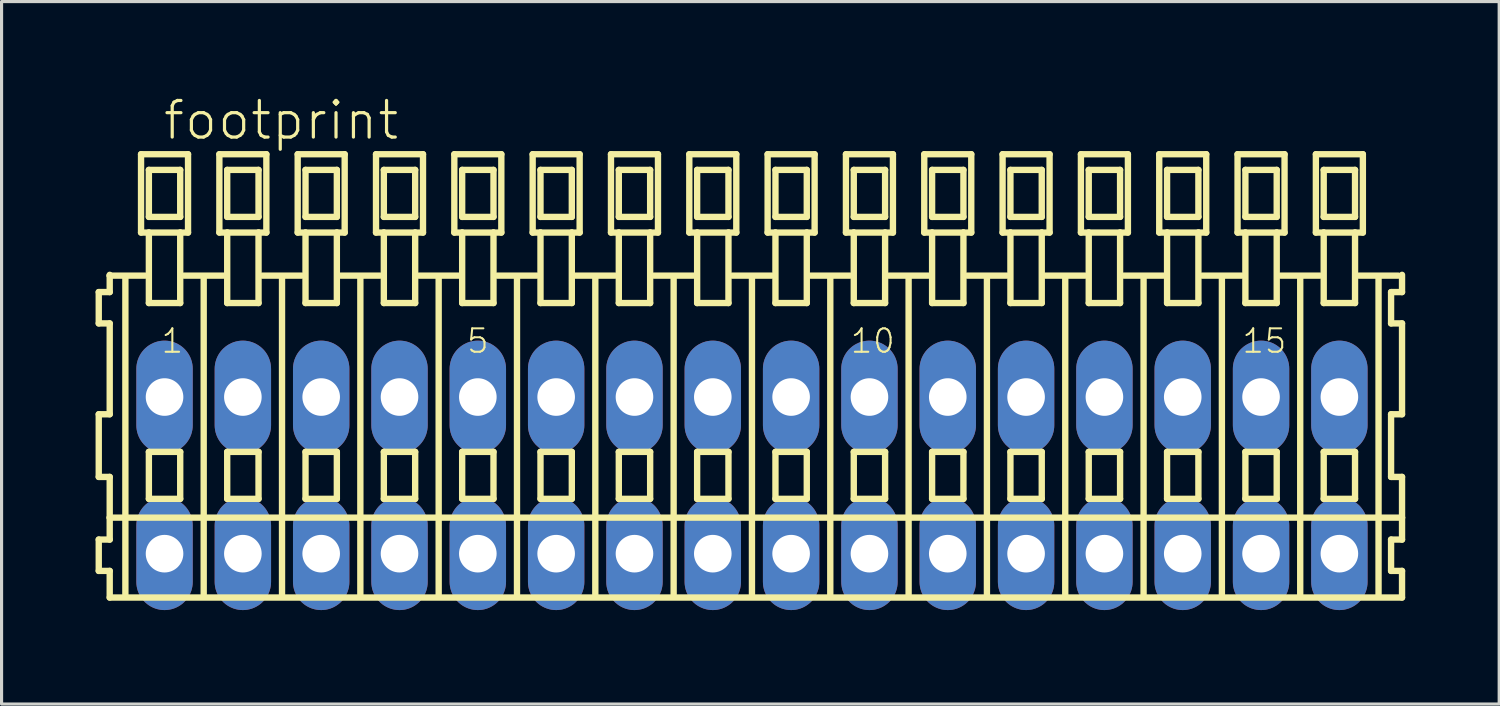
<source format=kicad_pcb>
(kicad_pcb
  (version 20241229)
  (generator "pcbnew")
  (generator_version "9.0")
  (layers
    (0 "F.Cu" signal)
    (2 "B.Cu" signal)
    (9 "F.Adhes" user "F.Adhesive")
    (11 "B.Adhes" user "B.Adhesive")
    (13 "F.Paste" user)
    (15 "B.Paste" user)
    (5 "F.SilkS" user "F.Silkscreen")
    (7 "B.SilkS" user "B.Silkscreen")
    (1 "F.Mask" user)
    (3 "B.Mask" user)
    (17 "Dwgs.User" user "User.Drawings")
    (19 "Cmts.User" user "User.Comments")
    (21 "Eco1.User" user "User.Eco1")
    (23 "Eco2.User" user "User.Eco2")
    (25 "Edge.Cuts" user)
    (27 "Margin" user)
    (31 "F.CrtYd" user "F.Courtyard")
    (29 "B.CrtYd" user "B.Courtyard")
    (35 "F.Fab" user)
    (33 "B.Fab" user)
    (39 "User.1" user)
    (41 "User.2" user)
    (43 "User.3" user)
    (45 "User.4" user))
  (footprint "footprint"
    (layer "F.Cu")
    (at 20.952 12.123)
    (property "Reference" "footprint" (at -18.85 -10.65 0) (layer "F.SilkS") (effects (font (size 1.168 1.168) (thickness 0.102)) (justify left bottom)))
    (fp_line (start -20.85 -5.85) (end -20.85 -4.85) (stroke (width 0.203) (type solid)) (layer "F.SilkS"))
    (fp_line (start -20.85 -4.85) (end -20.5 -4.85) (stroke (width 0.203) (type solid)) (layer "F.SilkS"))
    (fp_line (start -20.85 -1.95) (end -20.85 0.05) (stroke (width 0.203) (type solid)) (layer "F.SilkS"))
    (fp_line (start -20.85 0.05) (end -20.5 0.05) (stroke (width 0.203) (type solid)) (layer "F.SilkS"))
    (fp_line (start -20.85 2.05) (end -20.85 3.05) (stroke (width 0.203) (type solid)) (layer "F.SilkS"))
    (fp_line (start -20.85 3.05) (end -20.5 3.05) (stroke (width 0.203) (type solid)) (layer "F.SilkS"))
    (fp_line (start -20.5 -6.4) (end -20.5 -6.375) (stroke (width 0.203) (type solid)) (layer "F.SilkS"))
    (fp_line (start -20.5 -6.375) (end -20.5 -5.85) (stroke (width 0.203) (type solid)) (layer "F.SilkS"))
    (fp_line (start -20.5 -6.375) (end -19.375 -6.375) (stroke (width 0.203) (type solid)) (layer "F.SilkS"))
    (fp_line (start -20.5 -5.85) (end -20.85 -5.85) (stroke (width 0.203) (type solid)) (layer "F.SilkS"))
    (fp_line (start -20.5 -4.85) (end -20.5 -1.95) (stroke (width 0.203) (type solid)) (layer "F.SilkS"))
    (fp_line (start -20.5 -1.95) (end -20.85 -1.95) (stroke (width 0.203) (type solid)) (layer "F.SilkS"))
    (fp_line (start -20.5 0.05) (end -20.5 1.35) (stroke (width 0.203) (type solid)) (layer "F.SilkS"))
    (fp_line (start -20.5 1.35) (end -20.5 2.05) (stroke (width 0.203) (type solid)) (layer "F.SilkS"))
    (fp_line (start -20.5 1.35) (end 20.75 1.35) (stroke (width 0.203) (type solid)) (layer "F.SilkS"))
    (fp_line (start -20.5 2.05) (end -20.85 2.05) (stroke (width 0.203) (type solid)) (layer "F.SilkS"))
    (fp_line (start -20.5 3.05) (end -20.5 3.9) (stroke (width 0.203) (type solid)) (layer "F.SilkS"))
    (fp_line (start -20.5 3.9) (end 20.75 3.9) (stroke (width 0.203) (type solid)) (layer "F.SilkS"))
    (fp_line (start -20 -6.35) (end -20 3.8) (stroke (width 0.203) (type solid)) (layer "F.SilkS"))
    (fp_line (start -19.5 -10.25) (end -19.5 -7.75) (stroke (width 0.203) (type solid)) (layer "F.SilkS"))
    (fp_line (start -19.5 -7.75) (end -19.25 -7.75) (stroke (width 0.203) (type solid)) (layer "F.SilkS"))
    (fp_line (start -19.25 -9.75) (end -19.25 -8.25) (stroke (width 0.203) (type solid)) (layer "F.SilkS"))
    (fp_line (start -19.25 -8.25) (end -18.25 -8.25) (stroke (width 0.203) (type solid)) (layer "F.SilkS"))
    (fp_line (start -19.25 -7.75) (end -19.25 -5.5) (stroke (width 0.203) (type solid)) (layer "F.SilkS"))
    (fp_line (start -19.25 -7.75) (end -18.25 -7.75) (stroke (width 0.203) (type solid)) (layer "F.SilkS"))
    (fp_line (start -19.25 -5.5) (end -18.25 -5.5) (stroke (width 0.203) (type solid)) (layer "F.SilkS"))
    (fp_line (start -19.25 -0.75) (end -19.25 0.75) (stroke (width 0.203) (type solid)) (layer "F.SilkS"))
    (fp_line (start -19.25 0.75) (end -18.25 0.75) (stroke (width 0.203) (type solid)) (layer "F.SilkS"))
    (fp_line (start -18.25 -9.75) (end -19.25 -9.75) (stroke (width 0.203) (type solid)) (layer "F.SilkS"))
    (fp_line (start -18.25 -8.25) (end -18.25 -9.75) (stroke (width 0.203) (type solid)) (layer "F.SilkS"))
    (fp_line (start -18.25 -7.75) (end -18 -7.75) (stroke (width 0.203) (type solid)) (layer "F.SilkS"))
    (fp_line (start -18.25 -5.5) (end -18.25 -7.75) (stroke (width 0.203) (type solid)) (layer "F.SilkS"))
    (fp_line (start -18.25 -0.75) (end -19.25 -0.75) (stroke (width 0.203) (type solid)) (layer "F.SilkS"))
    (fp_line (start -18.25 0.75) (end -18.25 -0.75) (stroke (width 0.203) (type solid)) (layer "F.SilkS"))
    (fp_line (start -18.125 -6.375) (end -16.875 -6.375) (stroke (width 0.203) (type solid)) (layer "F.SilkS"))
    (fp_line (start -18 -10.25) (end -19.5 -10.25) (stroke (width 0.203) (type solid)) (layer "F.SilkS"))
    (fp_line (start -18 -7.75) (end -18 -10.25) (stroke (width 0.203) (type solid)) (layer "F.SilkS"))
    (fp_line (start -17.5 -6.35) (end -17.5 3.8) (stroke (width 0.203) (type solid)) (layer "F.SilkS"))
    (fp_line (start -17 -10.25) (end -17 -7.75) (stroke (width 0.203) (type solid)) (layer "F.SilkS"))
    (fp_line (start -17 -7.75) (end -16.75 -7.75) (stroke (width 0.203) (type solid)) (layer "F.SilkS"))
    (fp_line (start -16.75 -9.75) (end -16.75 -8.25) (stroke (width 0.203) (type solid)) (layer "F.SilkS"))
    (fp_line (start -16.75 -8.25) (end -15.75 -8.25) (stroke (width 0.203) (type solid)) (layer "F.SilkS"))
    (fp_line (start -16.75 -7.75) (end -16.75 -5.5) (stroke (width 0.203) (type solid)) (layer "F.SilkS"))
    (fp_line (start -16.75 -7.75) (end -15.75 -7.75) (stroke (width 0.203) (type solid)) (layer "F.SilkS"))
    (fp_line (start -16.75 -5.5) (end -15.75 -5.5) (stroke (width 0.203) (type solid)) (layer "F.SilkS"))
    (fp_line (start -16.75 -0.75) (end -16.75 0.75) (stroke (width 0.203) (type solid)) (layer "F.SilkS"))
    (fp_line (start -16.75 0.75) (end -15.75 0.75) (stroke (width 0.203) (type solid)) (layer "F.SilkS"))
    (fp_line (start -15.75 -9.75) (end -16.75 -9.75) (stroke (width 0.203) (type solid)) (layer "F.SilkS"))
    (fp_line (start -15.75 -8.25) (end -15.75 -9.75) (stroke (width 0.203) (type solid)) (layer "F.SilkS"))
    (fp_line (start -15.75 -7.75) (end -15.5 -7.75) (stroke (width 0.203) (type solid)) (layer "F.SilkS"))
    (fp_line (start -15.75 -5.5) (end -15.75 -7.75) (stroke (width 0.203) (type solid)) (layer "F.SilkS"))
    (fp_line (start -15.75 -0.75) (end -16.75 -0.75) (stroke (width 0.203) (type solid)) (layer "F.SilkS"))
    (fp_line (start -15.75 0.75) (end -15.75 -0.75) (stroke (width 0.203) (type solid)) (layer "F.SilkS"))
    (fp_line (start -15.625 -6.375) (end -14.375 -6.375) (stroke (width 0.203) (type solid)) (layer "F.SilkS"))
    (fp_line (start -15.5 -10.25) (end -17 -10.25) (stroke (width 0.203) (type solid)) (layer "F.SilkS"))
    (fp_line (start -15.5 -7.75) (end -15.5 -10.25) (stroke (width 0.203) (type solid)) (layer "F.SilkS"))
    (fp_line (start -15 -6.35) (end -15 3.8) (stroke (width 0.203) (type solid)) (layer "F.SilkS"))
    (fp_line (start -14.5 -10.25) (end -14.5 -7.75) (stroke (width 0.203) (type solid)) (layer "F.SilkS"))
    (fp_line (start -14.5 -7.75) (end -14.25 -7.75) (stroke (width 0.203) (type solid)) (layer "F.SilkS"))
    (fp_line (start -14.25 -9.75) (end -14.25 -8.25) (stroke (width 0.203) (type solid)) (layer "F.SilkS"))
    (fp_line (start -14.25 -8.25) (end -13.25 -8.25) (stroke (width 0.203) (type solid)) (layer "F.SilkS"))
    (fp_line (start -14.25 -7.75) (end -14.25 -5.5) (stroke (width 0.203) (type solid)) (layer "F.SilkS"))
    (fp_line (start -14.25 -7.75) (end -13.25 -7.75) (stroke (width 0.203) (type solid)) (layer "F.SilkS"))
    (fp_line (start -14.25 -5.5) (end -13.25 -5.5) (stroke (width 0.203) (type solid)) (layer "F.SilkS"))
    (fp_line (start -14.25 -0.75) (end -14.25 0.75) (stroke (width 0.203) (type solid)) (layer "F.SilkS"))
    (fp_line (start -14.25 0.75) (end -13.25 0.75) (stroke (width 0.203) (type solid)) (layer "F.SilkS"))
    (fp_line (start -13.25 -9.75) (end -14.25 -9.75) (stroke (width 0.203) (type solid)) (layer "F.SilkS"))
    (fp_line (start -13.25 -8.25) (end -13.25 -9.75) (stroke (width 0.203) (type solid)) (layer "F.SilkS"))
    (fp_line (start -13.25 -7.75) (end -13 -7.75) (stroke (width 0.203) (type solid)) (layer "F.SilkS"))
    (fp_line (start -13.25 -5.5) (end -13.25 -7.75) (stroke (width 0.203) (type solid)) (layer "F.SilkS"))
    (fp_line (start -13.25 -0.75) (end -14.25 -0.75) (stroke (width 0.203) (type solid)) (layer "F.SilkS"))
    (fp_line (start -13.25 0.75) (end -13.25 -0.75) (stroke (width 0.203) (type solid)) (layer "F.SilkS"))
    (fp_line (start -13.125 -6.375) (end -11.875 -6.375) (stroke (width 0.203) (type solid)) (layer "F.SilkS"))
    (fp_line (start -13 -10.25) (end -14.5 -10.25) (stroke (width 0.203) (type solid)) (layer "F.SilkS"))
    (fp_line (start -13 -7.75) (end -13 -10.25) (stroke (width 0.203) (type solid)) (layer "F.SilkS"))
    (fp_line (start -12.5 -6.35) (end -12.5 3.8) (stroke (width 0.203) (type solid)) (layer "F.SilkS"))
    (fp_line (start -12 -10.25) (end -12 -7.75) (stroke (width 0.203) (type solid)) (layer "F.SilkS"))
    (fp_line (start -12 -7.75) (end -11.75 -7.75) (stroke (width 0.203) (type solid)) (layer "F.SilkS"))
    (fp_line (start -11.75 -9.75) (end -11.75 -8.25) (stroke (width 0.203) (type solid)) (layer "F.SilkS"))
    (fp_line (start -11.75 -8.25) (end -10.75 -8.25) (stroke (width 0.203) (type solid)) (layer "F.SilkS"))
    (fp_line (start -11.75 -7.75) (end -11.75 -5.5) (stroke (width 0.203) (type solid)) (layer "F.SilkS"))
    (fp_line (start -11.75 -7.75) (end -10.75 -7.75) (stroke (width 0.203) (type solid)) (layer "F.SilkS"))
    (fp_line (start -11.75 -5.5) (end -10.75 -5.5) (stroke (width 0.203) (type solid)) (layer "F.SilkS"))
    (fp_line (start -11.75 -0.75) (end -11.75 0.75) (stroke (width 0.203) (type solid)) (layer "F.SilkS"))
    (fp_line (start -11.75 0.75) (end -10.75 0.75) (stroke (width 0.203) (type solid)) (layer "F.SilkS"))
    (fp_line (start -10.75 -9.75) (end -11.75 -9.75) (stroke (width 0.203) (type solid)) (layer "F.SilkS"))
    (fp_line (start -10.75 -8.25) (end -10.75 -9.75) (stroke (width 0.203) (type solid)) (layer "F.SilkS"))
    (fp_line (start -10.75 -7.75) (end -10.5 -7.75) (stroke (width 0.203) (type solid)) (layer "F.SilkS"))
    (fp_line (start -10.75 -5.5) (end -10.75 -7.75) (stroke (width 0.203) (type solid)) (layer "F.SilkS"))
    (fp_line (start -10.75 -0.75) (end -11.75 -0.75) (stroke (width 0.203) (type solid)) (layer "F.SilkS"))
    (fp_line (start -10.75 0.75) (end -10.75 -0.75) (stroke (width 0.203) (type solid)) (layer "F.SilkS"))
    (fp_line (start -10.625 -6.375) (end -9.375 -6.375) (stroke (width 0.203) (type solid)) (layer "F.SilkS"))
    (fp_line (start -10.5 -10.25) (end -12 -10.25) (stroke (width 0.203) (type solid)) (layer "F.SilkS"))
    (fp_line (start -10.5 -7.75) (end -10.5 -10.25) (stroke (width 0.203) (type solid)) (layer "F.SilkS"))
    (fp_line (start -10 -6.35) (end -10 3.8) (stroke (width 0.203) (type solid)) (layer "F.SilkS"))
    (fp_line (start -9.5 -10.25) (end -9.5 -7.75) (stroke (width 0.203) (type solid)) (layer "F.SilkS"))
    (fp_line (start -9.5 -7.75) (end -9.25 -7.75) (stroke (width 0.203) (type solid)) (layer "F.SilkS"))
    (fp_line (start -9.25 -9.75) (end -9.25 -8.25) (stroke (width 0.203) (type solid)) (layer "F.SilkS"))
    (fp_line (start -9.25 -8.25) (end -8.25 -8.25) (stroke (width 0.203) (type solid)) (layer "F.SilkS"))
    (fp_line (start -9.25 -7.75) (end -9.25 -5.5) (stroke (width 0.203) (type solid)) (layer "F.SilkS"))
    (fp_line (start -9.25 -7.75) (end -8.25 -7.75) (stroke (width 0.203) (type solid)) (layer "F.SilkS"))
    (fp_line (start -9.25 -5.5) (end -8.25 -5.5) (stroke (width 0.203) (type solid)) (layer "F.SilkS"))
    (fp_line (start -9.25 -0.75) (end -9.25 0.75) (stroke (width 0.203) (type solid)) (layer "F.SilkS"))
    (fp_line (start -9.25 0.75) (end -8.25 0.75) (stroke (width 0.203) (type solid)) (layer "F.SilkS"))
    (fp_line (start -8.25 -9.75) (end -9.25 -9.75) (stroke (width 0.203) (type solid)) (layer "F.SilkS"))
    (fp_line (start -8.25 -8.25) (end -8.25 -9.75) (stroke (width 0.203) (type solid)) (layer "F.SilkS"))
    (fp_line (start -8.25 -7.75) (end -8 -7.75) (stroke (width 0.203) (type solid)) (layer "F.SilkS"))
    (fp_line (start -8.25 -5.5) (end -8.25 -7.75) (stroke (width 0.203) (type solid)) (layer "F.SilkS"))
    (fp_line (start -8.25 -0.75) (end -9.25 -0.75) (stroke (width 0.203) (type solid)) (layer "F.SilkS"))
    (fp_line (start -8.25 0.75) (end -8.25 -0.75) (stroke (width 0.203) (type solid)) (layer "F.SilkS"))
    (fp_line (start -8.125 -6.375) (end -6.875 -6.375) (stroke (width 0.203) (type solid)) (layer "F.SilkS"))
    (fp_line (start -8 -10.25) (end -9.5 -10.25) (stroke (width 0.203) (type solid)) (layer "F.SilkS"))
    (fp_line (start -8 -7.75) (end -8 -10.25) (stroke (width 0.203) (type solid)) (layer "F.SilkS"))
    (fp_line (start -7.5 -6.35) (end -7.5 3.8) (stroke (width 0.203) (type solid)) (layer "F.SilkS"))
    (fp_line (start -7 -10.25) (end -7 -7.75) (stroke (width 0.203) (type solid)) (layer "F.SilkS"))
    (fp_line (start -7 -7.75) (end -6.75 -7.75) (stroke (width 0.203) (type solid)) (layer "F.SilkS"))
    (fp_line (start -6.75 -9.75) (end -6.75 -8.25) (stroke (width 0.203) (type solid)) (layer "F.SilkS"))
    (fp_line (start -6.75 -8.25) (end -5.75 -8.25) (stroke (width 0.203) (type solid)) (layer "F.SilkS"))
    (fp_line (start -6.75 -7.75) (end -6.75 -5.5) (stroke (width 0.203) (type solid)) (layer "F.SilkS"))
    (fp_line (start -6.75 -7.75) (end -5.75 -7.75) (stroke (width 0.203) (type solid)) (layer "F.SilkS"))
    (fp_line (start -6.75 -5.5) (end -5.75 -5.5) (stroke (width 0.203) (type solid)) (layer "F.SilkS"))
    (fp_line (start -6.75 -0.75) (end -6.75 0.75) (stroke (width 0.203) (type solid)) (layer "F.SilkS"))
    (fp_line (start -6.75 0.75) (end -5.75 0.75) (stroke (width 0.203) (type solid)) (layer "F.SilkS"))
    (fp_line (start -5.75 -9.75) (end -6.75 -9.75) (stroke (width 0.203) (type solid)) (layer "F.SilkS"))
    (fp_line (start -5.75 -8.25) (end -5.75 -9.75) (stroke (width 0.203) (type solid)) (layer "F.SilkS"))
    (fp_line (start -5.75 -7.75) (end -5.5 -7.75) (stroke (width 0.203) (type solid)) (layer "F.SilkS"))
    (fp_line (start -5.75 -5.5) (end -5.75 -7.75) (stroke (width 0.203) (type solid)) (layer "F.SilkS"))
    (fp_line (start -5.75 -0.75) (end -6.75 -0.75) (stroke (width 0.203) (type solid)) (layer "F.SilkS"))
    (fp_line (start -5.75 0.75) (end -5.75 -0.75) (stroke (width 0.203) (type solid)) (layer "F.SilkS"))
    (fp_line (start -5.625 -6.375) (end -4.375 -6.375) (stroke (width 0.203) (type solid)) (layer "F.SilkS"))
    (fp_line (start -5.5 -10.25) (end -7 -10.25) (stroke (width 0.203) (type solid)) (layer "F.SilkS"))
    (fp_line (start -5.5 -7.75) (end -5.5 -10.25) (stroke (width 0.203) (type solid)) (layer "F.SilkS"))
    (fp_line (start -5 -6.35) (end -5 3.8) (stroke (width 0.203) (type solid)) (layer "F.SilkS"))
    (fp_line (start -4.5 -10.25) (end -4.5 -7.75) (stroke (width 0.203) (type solid)) (layer "F.SilkS"))
    (fp_line (start -4.5 -7.75) (end -4.25 -7.75) (stroke (width 0.203) (type solid)) (layer "F.SilkS"))
    (fp_line (start -4.25 -9.75) (end -4.25 -8.25) (stroke (width 0.203) (type solid)) (layer "F.SilkS"))
    (fp_line (start -4.25 -8.25) (end -3.25 -8.25) (stroke (width 0.203) (type solid)) (layer "F.SilkS"))
    (fp_line (start -4.25 -7.75) (end -4.25 -5.5) (stroke (width 0.203) (type solid)) (layer "F.SilkS"))
    (fp_line (start -4.25 -7.75) (end -3.25 -7.75) (stroke (width 0.203) (type solid)) (layer "F.SilkS"))
    (fp_line (start -4.25 -5.5) (end -3.25 -5.5) (stroke (width 0.203) (type solid)) (layer "F.SilkS"))
    (fp_line (start -4.25 -0.75) (end -4.25 0.75) (stroke (width 0.203) (type solid)) (layer "F.SilkS"))
    (fp_line (start -4.25 0.75) (end -3.25 0.75) (stroke (width 0.203) (type solid)) (layer "F.SilkS"))
    (fp_line (start -3.25 -9.75) (end -4.25 -9.75) (stroke (width 0.203) (type solid)) (layer "F.SilkS"))
    (fp_line (start -3.25 -8.25) (end -3.25 -9.75) (stroke (width 0.203) (type solid)) (layer "F.SilkS"))
    (fp_line (start -3.25 -7.75) (end -3 -7.75) (stroke (width 0.203) (type solid)) (layer "F.SilkS"))
    (fp_line (start -3.25 -5.5) (end -3.25 -7.75) (stroke (width 0.203) (type solid)) (layer "F.SilkS"))
    (fp_line (start -3.25 -0.75) (end -4.25 -0.75) (stroke (width 0.203) (type solid)) (layer "F.SilkS"))
    (fp_line (start -3.25 0.75) (end -3.25 -0.75) (stroke (width 0.203) (type solid)) (layer "F.SilkS"))
    (fp_line (start -3.125 -6.375) (end -1.875 -6.375) (stroke (width 0.203) (type solid)) (layer "F.SilkS"))
    (fp_line (start -3 -10.25) (end -4.5 -10.25) (stroke (width 0.203) (type solid)) (layer "F.SilkS"))
    (fp_line (start -3 -7.75) (end -3 -10.25) (stroke (width 0.203) (type solid)) (layer "F.SilkS"))
    (fp_line (start -2.5 -6.35) (end -2.5 3.8) (stroke (width 0.203) (type solid)) (layer "F.SilkS"))
    (fp_line (start -2 -10.25) (end -2 -7.75) (stroke (width 0.203) (type solid)) (layer "F.SilkS"))
    (fp_line (start -2 -7.75) (end -1.75 -7.75) (stroke (width 0.203) (type solid)) (layer "F.SilkS"))
    (fp_line (start -1.75 -9.75) (end -1.75 -8.25) (stroke (width 0.203) (type solid)) (layer "F.SilkS"))
    (fp_line (start -1.75 -8.25) (end -0.75 -8.25) (stroke (width 0.203) (type solid)) (layer "F.SilkS"))
    (fp_line (start -1.75 -7.75) (end -1.75 -5.5) (stroke (width 0.203) (type solid)) (layer "F.SilkS"))
    (fp_line (start -1.75 -7.75) (end -0.75 -7.75) (stroke (width 0.203) (type solid)) (layer "F.SilkS"))
    (fp_line (start -1.75 -5.5) (end -0.75 -5.5) (stroke (width 0.203) (type solid)) (layer "F.SilkS"))
    (fp_line (start -1.75 -0.75) (end -1.75 0.75) (stroke (width 0.203) (type solid)) (layer "F.SilkS"))
    (fp_line (start -1.75 0.75) (end -0.75 0.75) (stroke (width 0.203) (type solid)) (layer "F.SilkS"))
    (fp_line (start -0.75 -9.75) (end -1.75 -9.75) (stroke (width 0.203) (type solid)) (layer "F.SilkS"))
    (fp_line (start -0.75 -8.25) (end -0.75 -9.75) (stroke (width 0.203) (type solid)) (layer "F.SilkS"))
    (fp_line (start -0.75 -7.75) (end -0.5 -7.75) (stroke (width 0.203) (type solid)) (layer "F.SilkS"))
    (fp_line (start -0.75 -5.5) (end -0.75 -7.75) (stroke (width 0.203) (type solid)) (layer "F.SilkS"))
    (fp_line (start -0.75 -0.75) (end -1.75 -0.75) (stroke (width 0.203) (type solid)) (layer "F.SilkS"))
    (fp_line (start -0.75 0.75) (end -0.75 -0.75) (stroke (width 0.203) (type solid)) (layer "F.SilkS"))
    (fp_line (start -0.625 -6.375) (end 0.625 -6.375) (stroke (width 0.203) (type solid)) (layer "F.SilkS"))
    (fp_line (start -0.5 -10.25) (end -2 -10.25) (stroke (width 0.203) (type solid)) (layer "F.SilkS"))
    (fp_line (start -0.5 -7.75) (end -0.5 -10.25) (stroke (width 0.203) (type solid)) (layer "F.SilkS"))
    (fp_line (start 0 -6.35) (end 0 3.8) (stroke (width 0.203) (type solid)) (layer "F.SilkS"))
    (fp_line (start 0.5 -10.25) (end 0.5 -7.75) (stroke (width 0.203) (type solid)) (layer "F.SilkS"))
    (fp_line (start 0.5 -7.75) (end 0.75 -7.75) (stroke (width 0.203) (type solid)) (layer "F.SilkS"))
    (fp_line (start 0.75 -9.75) (end 0.75 -8.25) (stroke (width 0.203) (type solid)) (layer "F.SilkS"))
    (fp_line (start 0.75 -8.25) (end 1.75 -8.25) (stroke (width 0.203) (type solid)) (layer "F.SilkS"))
    (fp_line (start 0.75 -7.75) (end 0.75 -5.5) (stroke (width 0.203) (type solid)) (layer "F.SilkS"))
    (fp_line (start 0.75 -7.75) (end 1.75 -7.75) (stroke (width 0.203) (type solid)) (layer "F.SilkS"))
    (fp_line (start 0.75 -5.5) (end 1.75 -5.5) (stroke (width 0.203) (type solid)) (layer "F.SilkS"))
    (fp_line (start 0.75 -0.75) (end 0.75 0.75) (stroke (width 0.203) (type solid)) (layer "F.SilkS"))
    (fp_line (start 0.75 0.75) (end 1.75 0.75) (stroke (width 0.203) (type solid)) (layer "F.SilkS"))
    (fp_line (start 1.75 -9.75) (end 0.75 -9.75) (stroke (width 0.203) (type solid)) (layer "F.SilkS"))
    (fp_line (start 1.75 -8.25) (end 1.75 -9.75) (stroke (width 0.203) (type solid)) (layer "F.SilkS"))
    (fp_line (start 1.75 -7.75) (end 2 -7.75) (stroke (width 0.203) (type solid)) (layer "F.SilkS"))
    (fp_line (start 1.75 -5.5) (end 1.75 -7.75) (stroke (width 0.203) (type solid)) (layer "F.SilkS"))
    (fp_line (start 1.75 -0.75) (end 0.75 -0.75) (stroke (width 0.203) (type solid)) (layer "F.SilkS"))
    (fp_line (start 1.75 0.75) (end 1.75 -0.75) (stroke (width 0.203) (type solid)) (layer "F.SilkS"))
    (fp_line (start 1.875 -6.375) (end 3.125 -6.375) (stroke (width 0.203) (type solid)) (layer "F.SilkS"))
    (fp_line (start 2 -10.25) (end 0.5 -10.25) (stroke (width 0.203) (type solid)) (layer "F.SilkS"))
    (fp_line (start 2 -7.75) (end 2 -10.25) (stroke (width 0.203) (type solid)) (layer "F.SilkS"))
    (fp_line (start 2.5 -6.35) (end 2.5 3.8) (stroke (width 0.203) (type solid)) (layer "F.SilkS"))
    (fp_line (start 3 -10.25) (end 3 -7.75) (stroke (width 0.203) (type solid)) (layer "F.SilkS"))
    (fp_line (start 3 -7.75) (end 3.25 -7.75) (stroke (width 0.203) (type solid)) (layer "F.SilkS"))
    (fp_line (start 3.25 -9.75) (end 3.25 -8.25) (stroke (width 0.203) (type solid)) (layer "F.SilkS"))
    (fp_line (start 3.25 -8.25) (end 4.25 -8.25) (stroke (width 0.203) (type solid)) (layer "F.SilkS"))
    (fp_line (start 3.25 -7.75) (end 3.25 -5.5) (stroke (width 0.203) (type solid)) (layer "F.SilkS"))
    (fp_line (start 3.25 -7.75) (end 4.25 -7.75) (stroke (width 0.203) (type solid)) (layer "F.SilkS"))
    (fp_line (start 3.25 -5.5) (end 4.25 -5.5) (stroke (width 0.203) (type solid)) (layer "F.SilkS"))
    (fp_line (start 3.25 -0.75) (end 3.25 0.75) (stroke (width 0.203) (type solid)) (layer "F.SilkS"))
    (fp_line (start 3.25 0.75) (end 4.25 0.75) (stroke (width 0.203) (type solid)) (layer "F.SilkS"))
    (fp_line (start 4.25 -9.75) (end 3.25 -9.75) (stroke (width 0.203) (type solid)) (layer "F.SilkS"))
    (fp_line (start 4.25 -8.25) (end 4.25 -9.75) (stroke (width 0.203) (type solid)) (layer "F.SilkS"))
    (fp_line (start 4.25 -7.75) (end 4.5 -7.75) (stroke (width 0.203) (type solid)) (layer "F.SilkS"))
    (fp_line (start 4.25 -5.5) (end 4.25 -7.75) (stroke (width 0.203) (type solid)) (layer "F.SilkS"))
    (fp_line (start 4.25 -0.75) (end 3.25 -0.75) (stroke (width 0.203) (type solid)) (layer "F.SilkS"))
    (fp_line (start 4.25 0.75) (end 4.25 -0.75) (stroke (width 0.203) (type solid)) (layer "F.SilkS"))
    (fp_line (start 4.375 -6.375) (end 5.625 -6.375) (stroke (width 0.203) (type solid)) (layer "F.SilkS"))
    (fp_line (start 4.5 -10.25) (end 3 -10.25) (stroke (width 0.203) (type solid)) (layer "F.SilkS"))
    (fp_line (start 4.5 -7.75) (end 4.5 -10.25) (stroke (width 0.203) (type solid)) (layer "F.SilkS"))
    (fp_line (start 5 -6.35) (end 5 3.8) (stroke (width 0.203) (type solid)) (layer "F.SilkS"))
    (fp_line (start 5.5 -10.25) (end 5.5 -7.75) (stroke (width 0.203) (type solid)) (layer "F.SilkS"))
    (fp_line (start 5.5 -7.75) (end 5.75 -7.75) (stroke (width 0.203) (type solid)) (layer "F.SilkS"))
    (fp_line (start 5.75 -9.75) (end 5.75 -8.25) (stroke (width 0.203) (type solid)) (layer "F.SilkS"))
    (fp_line (start 5.75 -8.25) (end 6.75 -8.25) (stroke (width 0.203) (type solid)) (layer "F.SilkS"))
    (fp_line (start 5.75 -7.75) (end 5.75 -5.5) (stroke (width 0.203) (type solid)) (layer "F.SilkS"))
    (fp_line (start 5.75 -7.75) (end 6.75 -7.75) (stroke (width 0.203) (type solid)) (layer "F.SilkS"))
    (fp_line (start 5.75 -5.5) (end 6.75 -5.5) (stroke (width 0.203) (type solid)) (layer "F.SilkS"))
    (fp_line (start 5.75 -0.75) (end 5.75 0.75) (stroke (width 0.203) (type solid)) (layer "F.SilkS"))
    (fp_line (start 5.75 0.75) (end 6.75 0.75) (stroke (width 0.203) (type solid)) (layer "F.SilkS"))
    (fp_line (start 6.75 -9.75) (end 5.75 -9.75) (stroke (width 0.203) (type solid)) (layer "F.SilkS"))
    (fp_line (start 6.75 -8.25) (end 6.75 -9.75) (stroke (width 0.203) (type solid)) (layer "F.SilkS"))
    (fp_line (start 6.75 -7.75) (end 7 -7.75) (stroke (width 0.203) (type solid)) (layer "F.SilkS"))
    (fp_line (start 6.75 -5.5) (end 6.75 -7.75) (stroke (width 0.203) (type solid)) (layer "F.SilkS"))
    (fp_line (start 6.75 -0.75) (end 5.75 -0.75) (stroke (width 0.203) (type solid)) (layer "F.SilkS"))
    (fp_line (start 6.75 0.75) (end 6.75 -0.75) (stroke (width 0.203) (type solid)) (layer "F.SilkS"))
    (fp_line (start 6.875 -6.375) (end 8.125 -6.375) (stroke (width 0.203) (type solid)) (layer "F.SilkS"))
    (fp_line (start 7 -10.25) (end 5.5 -10.25) (stroke (width 0.203) (type solid)) (layer "F.SilkS"))
    (fp_line (start 7 -7.75) (end 7 -10.25) (stroke (width 0.203) (type solid)) (layer "F.SilkS"))
    (fp_line (start 7.5 -6.35) (end 7.5 3.8) (stroke (width 0.203) (type solid)) (layer "F.SilkS"))
    (fp_line (start 8 -10.25) (end 8 -7.75) (stroke (width 0.203) (type solid)) (layer "F.SilkS"))
    (fp_line (start 8 -7.75) (end 8.25 -7.75) (stroke (width 0.203) (type solid)) (layer "F.SilkS"))
    (fp_line (start 8.25 -9.75) (end 8.25 -8.25) (stroke (width 0.203) (type solid)) (layer "F.SilkS"))
    (fp_line (start 8.25 -8.25) (end 9.25 -8.25) (stroke (width 0.203) (type solid)) (layer "F.SilkS"))
    (fp_line (start 8.25 -7.75) (end 8.25 -5.5) (stroke (width 0.203) (type solid)) (layer "F.SilkS"))
    (fp_line (start 8.25 -7.75) (end 9.25 -7.75) (stroke (width 0.203) (type solid)) (layer "F.SilkS"))
    (fp_line (start 8.25 -5.5) (end 9.25 -5.5) (stroke (width 0.203) (type solid)) (layer "F.SilkS"))
    (fp_line (start 8.25 -0.75) (end 8.25 0.75) (stroke (width 0.203) (type solid)) (layer "F.SilkS"))
    (fp_line (start 8.25 0.75) (end 9.25 0.75) (stroke (width 0.203) (type solid)) (layer "F.SilkS"))
    (fp_line (start 9.25 -9.75) (end 8.25 -9.75) (stroke (width 0.203) (type solid)) (layer "F.SilkS"))
    (fp_line (start 9.25 -8.25) (end 9.25 -9.75) (stroke (width 0.203) (type solid)) (layer "F.SilkS"))
    (fp_line (start 9.25 -7.75) (end 9.5 -7.75) (stroke (width 0.203) (type solid)) (layer "F.SilkS"))
    (fp_line (start 9.25 -5.5) (end 9.25 -7.75) (stroke (width 0.203) (type solid)) (layer "F.SilkS"))
    (fp_line (start 9.25 -0.75) (end 8.25 -0.75) (stroke (width 0.203) (type solid)) (layer "F.SilkS"))
    (fp_line (start 9.25 0.75) (end 9.25 -0.75) (stroke (width 0.203) (type solid)) (layer "F.SilkS"))
    (fp_line (start 9.375 -6.375) (end 10.625 -6.375) (stroke (width 0.203) (type solid)) (layer "F.SilkS"))
    (fp_line (start 9.5 -10.25) (end 8 -10.25) (stroke (width 0.203) (type solid)) (layer "F.SilkS"))
    (fp_line (start 9.5 -7.75) (end 9.5 -10.25) (stroke (width 0.203) (type solid)) (layer "F.SilkS"))
    (fp_line (start 10 -6.35) (end 10 3.8) (stroke (width 0.203) (type solid)) (layer "F.SilkS"))
    (fp_line (start 10.5 -10.25) (end 10.5 -7.75) (stroke (width 0.203) (type solid)) (layer "F.SilkS"))
    (fp_line (start 10.5 -7.75) (end 10.75 -7.75) (stroke (width 0.203) (type solid)) (layer "F.SilkS"))
    (fp_line (start 10.75 -9.75) (end 10.75 -8.25) (stroke (width 0.203) (type solid)) (layer "F.SilkS"))
    (fp_line (start 10.75 -8.25) (end 11.75 -8.25) (stroke (width 0.203) (type solid)) (layer "F.SilkS"))
    (fp_line (start 10.75 -7.75) (end 10.75 -5.5) (stroke (width 0.203) (type solid)) (layer "F.SilkS"))
    (fp_line (start 10.75 -7.75) (end 11.75 -7.75) (stroke (width 0.203) (type solid)) (layer "F.SilkS"))
    (fp_line (start 10.75 -5.5) (end 11.75 -5.5) (stroke (width 0.203) (type solid)) (layer "F.SilkS"))
    (fp_line (start 10.75 -0.75) (end 10.75 0.75) (stroke (width 0.203) (type solid)) (layer "F.SilkS"))
    (fp_line (start 10.75 0.75) (end 11.75 0.75) (stroke (width 0.203) (type solid)) (layer "F.SilkS"))
    (fp_line (start 11.75 -9.75) (end 10.75 -9.75) (stroke (width 0.203) (type solid)) (layer "F.SilkS"))
    (fp_line (start 11.75 -8.25) (end 11.75 -9.75) (stroke (width 0.203) (type solid)) (layer "F.SilkS"))
    (fp_line (start 11.75 -7.75) (end 12 -7.75) (stroke (width 0.203) (type solid)) (layer "F.SilkS"))
    (fp_line (start 11.75 -5.5) (end 11.75 -7.75) (stroke (width 0.203) (type solid)) (layer "F.SilkS"))
    (fp_line (start 11.75 -0.75) (end 10.75 -0.75) (stroke (width 0.203) (type solid)) (layer "F.SilkS"))
    (fp_line (start 11.75 0.75) (end 11.75 -0.75) (stroke (width 0.203) (type solid)) (layer "F.SilkS"))
    (fp_line (start 11.875 -6.375) (end 13.125 -6.375) (stroke (width 0.203) (type solid)) (layer "F.SilkS"))
    (fp_line (start 12 -10.25) (end 10.5 -10.25) (stroke (width 0.203) (type solid)) (layer "F.SilkS"))
    (fp_line (start 12 -7.75) (end 12 -10.25) (stroke (width 0.203) (type solid)) (layer "F.SilkS"))
    (fp_line (start 12.5 -6.35) (end 12.5 3.8) (stroke (width 0.203) (type solid)) (layer "F.SilkS"))
    (fp_line (start 13 -10.25) (end 13 -7.75) (stroke (width 0.203) (type solid)) (layer "F.SilkS"))
    (fp_line (start 13 -7.75) (end 13.25 -7.75) (stroke (width 0.203) (type solid)) (layer "F.SilkS"))
    (fp_line (start 13.25 -9.75) (end 13.25 -8.25) (stroke (width 0.203) (type solid)) (layer "F.SilkS"))
    (fp_line (start 13.25 -8.25) (end 14.25 -8.25) (stroke (width 0.203) (type solid)) (layer "F.SilkS"))
    (fp_line (start 13.25 -7.75) (end 13.25 -5.5) (stroke (width 0.203) (type solid)) (layer "F.SilkS"))
    (fp_line (start 13.25 -7.75) (end 14.25 -7.75) (stroke (width 0.203) (type solid)) (layer "F.SilkS"))
    (fp_line (start 13.25 -5.5) (end 14.25 -5.5) (stroke (width 0.203) (type solid)) (layer "F.SilkS"))
    (fp_line (start 13.25 -0.75) (end 13.25 0.75) (stroke (width 0.203) (type solid)) (layer "F.SilkS"))
    (fp_line (start 13.25 0.75) (end 14.25 0.75) (stroke (width 0.203) (type solid)) (layer "F.SilkS"))
    (fp_line (start 14.25 -9.75) (end 13.25 -9.75) (stroke (width 0.203) (type solid)) (layer "F.SilkS"))
    (fp_line (start 14.25 -8.25) (end 14.25 -9.75) (stroke (width 0.203) (type solid)) (layer "F.SilkS"))
    (fp_line (start 14.25 -7.75) (end 14.5 -7.75) (stroke (width 0.203) (type solid)) (layer "F.SilkS"))
    (fp_line (start 14.25 -5.5) (end 14.25 -7.75) (stroke (width 0.203) (type solid)) (layer "F.SilkS"))
    (fp_line (start 14.25 -0.75) (end 13.25 -0.75) (stroke (width 0.203) (type solid)) (layer "F.SilkS"))
    (fp_line (start 14.25 0.75) (end 14.25 -0.75) (stroke (width 0.203) (type solid)) (layer "F.SilkS"))
    (fp_line (start 14.375 -6.375) (end 15.625 -6.375) (stroke (width 0.203) (type solid)) (layer "F.SilkS"))
    (fp_line (start 14.5 -10.25) (end 13 -10.25) (stroke (width 0.203) (type solid)) (layer "F.SilkS"))
    (fp_line (start 14.5 -7.75) (end 14.5 -10.25) (stroke (width 0.203) (type solid)) (layer "F.SilkS"))
    (fp_line (start 15 -6.35) (end 15 3.8) (stroke (width 0.203) (type solid)) (layer "F.SilkS"))
    (fp_line (start 15.5 -10.25) (end 15.5 -7.75) (stroke (width 0.203) (type solid)) (layer "F.SilkS"))
    (fp_line (start 15.5 -7.75) (end 15.75 -7.75) (stroke (width 0.203) (type solid)) (layer "F.SilkS"))
    (fp_line (start 15.75 -9.75) (end 15.75 -8.25) (stroke (width 0.203) (type solid)) (layer "F.SilkS"))
    (fp_line (start 15.75 -8.25) (end 16.75 -8.25) (stroke (width 0.203) (type solid)) (layer "F.SilkS"))
    (fp_line (start 15.75 -7.75) (end 15.75 -5.5) (stroke (width 0.203) (type solid)) (layer "F.SilkS"))
    (fp_line (start 15.75 -7.75) (end 16.75 -7.75) (stroke (width 0.203) (type solid)) (layer "F.SilkS"))
    (fp_line (start 15.75 -5.5) (end 16.75 -5.5) (stroke (width 0.203) (type solid)) (layer "F.SilkS"))
    (fp_line (start 15.75 -0.75) (end 15.75 0.75) (stroke (width 0.203) (type solid)) (layer "F.SilkS"))
    (fp_line (start 15.75 0.75) (end 16.75 0.75) (stroke (width 0.203) (type solid)) (layer "F.SilkS"))
    (fp_line (start 16.75 -9.75) (end 15.75 -9.75) (stroke (width 0.203) (type solid)) (layer "F.SilkS"))
    (fp_line (start 16.75 -8.25) (end 16.75 -9.75) (stroke (width 0.203) (type solid)) (layer "F.SilkS"))
    (fp_line (start 16.75 -7.75) (end 17 -7.75) (stroke (width 0.203) (type solid)) (layer "F.SilkS"))
    (fp_line (start 16.75 -5.5) (end 16.75 -7.75) (stroke (width 0.203) (type solid)) (layer "F.SilkS"))
    (fp_line (start 16.75 -0.75) (end 15.75 -0.75) (stroke (width 0.203) (type solid)) (layer "F.SilkS"))
    (fp_line (start 16.75 0.75) (end 16.75 -0.75) (stroke (width 0.203) (type solid)) (layer "F.SilkS"))
    (fp_line (start 16.875 -6.375) (end 18.125 -6.375) (stroke (width 0.203) (type solid)) (layer "F.SilkS"))
    (fp_line (start 17 -10.25) (end 15.5 -10.25) (stroke (width 0.203) (type solid)) (layer "F.SilkS"))
    (fp_line (start 17 -7.75) (end 17 -10.25) (stroke (width 0.203) (type solid)) (layer "F.SilkS"))
    (fp_line (start 17.5 -6.35) (end 17.5 3.8) (stroke (width 0.203) (type solid)) (layer "F.SilkS"))
    (fp_line (start 18 -10.25) (end 18 -7.75) (stroke (width 0.203) (type solid)) (layer "F.SilkS"))
    (fp_line (start 18 -7.75) (end 18.25 -7.75) (stroke (width 0.203) (type solid)) (layer "F.SilkS"))
    (fp_line (start 18.25 -9.75) (end 18.25 -8.25) (stroke (width 0.203) (type solid)) (layer "F.SilkS"))
    (fp_line (start 18.25 -8.25) (end 19.25 -8.25) (stroke (width 0.203) (type solid)) (layer "F.SilkS"))
    (fp_line (start 18.25 -7.75) (end 18.25 -5.5) (stroke (width 0.203) (type solid)) (layer "F.SilkS"))
    (fp_line (start 18.25 -7.75) (end 19.25 -7.75) (stroke (width 0.203) (type solid)) (layer "F.SilkS"))
    (fp_line (start 18.25 -5.5) (end 19.25 -5.5) (stroke (width 0.203) (type solid)) (layer "F.SilkS"))
    (fp_line (start 18.25 -0.75) (end 18.25 0.75) (stroke (width 0.203) (type solid)) (layer "F.SilkS"))
    (fp_line (start 18.25 0.75) (end 19.25 0.75) (stroke (width 0.203) (type solid)) (layer "F.SilkS"))
    (fp_line (start 19.25 -9.75) (end 18.25 -9.75) (stroke (width 0.203) (type solid)) (layer "F.SilkS"))
    (fp_line (start 19.25 -8.25) (end 19.25 -9.75) (stroke (width 0.203) (type solid)) (layer "F.SilkS"))
    (fp_line (start 19.25 -7.75) (end 19.5 -7.75) (stroke (width 0.203) (type solid)) (layer "F.SilkS"))
    (fp_line (start 19.25 -5.5) (end 19.25 -7.75) (stroke (width 0.203) (type solid)) (layer "F.SilkS"))
    (fp_line (start 19.25 -0.75) (end 18.25 -0.75) (stroke (width 0.203) (type solid)) (layer "F.SilkS"))
    (fp_line (start 19.25 0.75) (end 19.25 -0.75) (stroke (width 0.203) (type solid)) (layer "F.SilkS"))
    (fp_line (start 19.375 -6.375) (end 20.625 -6.375) (stroke (width 0.203) (type solid)) (layer "F.SilkS"))
    (fp_line (start 19.5 -10.25) (end 18 -10.25) (stroke (width 0.203) (type solid)) (layer "F.SilkS"))
    (fp_line (start 19.5 -7.75) (end 19.5 -10.25) (stroke (width 0.203) (type solid)) (layer "F.SilkS"))
    (fp_line (start 20 -6.35) (end 20 3.8) (stroke (width 0.203) (type solid)) (layer "F.SilkS"))
    (fp_line (start 20.4 -5.85) (end 20.4 -4.85) (stroke (width 0.203) (type solid)) (layer "F.SilkS"))
    (fp_line (start 20.4 -4.85) (end 20.75 -4.85) (stroke (width 0.203) (type solid)) (layer "F.SilkS"))
    (fp_line (start 20.4 -1.95) (end 20.4 0.05) (stroke (width 0.203) (type solid)) (layer "F.SilkS"))
    (fp_line (start 20.4 0.05) (end 20.75 0.05) (stroke (width 0.203) (type solid)) (layer "F.SilkS"))
    (fp_line (start 20.4 2.05) (end 20.4 3.05) (stroke (width 0.203) (type solid)) (layer "F.SilkS"))
    (fp_line (start 20.4 3.05) (end 20.75 3.05) (stroke (width 0.203) (type solid)) (layer "F.SilkS"))
    (fp_line (start 20.75 -5.85) (end 20.4 -5.85) (stroke (width 0.203) (type solid)) (layer "F.SilkS"))
    (fp_line (start 20.75 -5.85) (end 20.75 -6.4) (stroke (width 0.203) (type solid)) (layer "F.SilkS"))
    (fp_line (start 20.75 -1.95) (end 20.4 -1.95) (stroke (width 0.203) (type solid)) (layer "F.SilkS"))
    (fp_line (start 20.75 -1.95) (end 20.75 -4.85) (stroke (width 0.203) (type solid)) (layer "F.SilkS"))
    (fp_line (start 20.75 1.35) (end 20.75 0.05) (stroke (width 0.203) (type solid)) (layer "F.SilkS"))
    (fp_line (start 20.75 2.05) (end 20.4 2.05) (stroke (width 0.203) (type solid)) (layer "F.SilkS"))
    (fp_line (start 20.75 2.05) (end 20.75 1.35) (stroke (width 0.203) (type solid)) (layer "F.SilkS"))
    (fp_line (start 20.75 3.9) (end 20.75 3.05) (stroke (width 0.203) (type solid)) (layer "F.SilkS"))
    (fp_text user "5" (at -9.15 -3.85 0) (layer "F.SilkS") (effects (font (size 0.748 0.748) (thickness 0.065)) (justify left bottom)))
    (fp_text user "10" (at 3.1 -3.85 0) (layer "F.SilkS") (effects (font (size 0.748 0.748) (thickness 0.065)) (justify left bottom)))
    (fp_text user "1" (at -18.9 -3.85 0) (layer "F.SilkS") (effects (font (size 0.748 0.748) (thickness 0.065)) (justify left bottom)))
    (fp_text user "15" (at 15.6 -3.85 0) (layer "F.SilkS") (effects (font (size 0.748 0.748) (thickness 0.065)) (justify left bottom)))
    (pad "A1" thru_hole oval (at -18.75 -2.5 90) (size 3.6 1.8) (drill 1.2) (layers "*.Cu" "*.Mask"))
    (pad "A2" thru_hole oval (at -16.25 -2.5 90) (size 3.6 1.8) (drill 1.2) (layers "*.Cu" "*.Mask"))
    (pad "A3" thru_hole oval (at -13.75 -2.5 90) (size 3.6 1.8) (drill 1.2) (layers "*.Cu" "*.Mask"))
    (pad "A4" thru_hole oval (at -11.25 -2.5 90) (size 3.6 1.8) (drill 1.2) (layers "*.Cu" "*.Mask"))
    (pad "A5" thru_hole oval (at -8.75 -2.5 90) (size 3.6 1.8) (drill 1.2) (layers "*.Cu" "*.Mask"))
    (pad "A6" thru_hole oval (at -6.25 -2.5 90) (size 3.6 1.8) (drill 1.2) (layers "*.Cu" "*.Mask"))
    (pad "A7" thru_hole oval (at -3.75 -2.5 90) (size 3.6 1.8) (drill 1.2) (layers "*.Cu" "*.Mask"))
    (pad "A8" thru_hole oval (at -1.25 -2.5 90) (size 3.6 1.8) (drill 1.2) (layers "*.Cu" "*.Mask"))
    (pad "A9" thru_hole oval (at 1.25 -2.5 90) (size 3.6 1.8) (drill 1.2) (layers "*.Cu" "*.Mask"))
    (pad "A10" thru_hole oval (at 3.75 -2.5 90) (size 3.6 1.8) (drill 1.2) (layers "*.Cu" "*.Mask"))
    (pad "A11" thru_hole oval (at 6.25 -2.5 90) (size 3.6 1.8) (drill 1.2) (layers "*.Cu" "*.Mask"))
    (pad "A12" thru_hole oval (at 8.75 -2.5 90) (size 3.6 1.8) (drill 1.2) (layers "*.Cu" "*.Mask"))
    (pad "A13" thru_hole oval (at 11.25 -2.5 90) (size 3.6 1.8) (drill 1.2) (layers "*.Cu" "*.Mask"))
    (pad "A14" thru_hole oval (at 13.75 -2.5 90) (size 3.6 1.8) (drill 1.2) (layers "*.Cu" "*.Mask"))
    (pad "A15" thru_hole oval (at 16.25 -2.5 90) (size 3.6 1.8) (drill 1.2) (layers "*.Cu" "*.Mask"))
    (pad "A16" thru_hole oval (at 18.75 -2.5 90) (size 3.6 1.8) (drill 1.2) (layers "*.Cu" "*.Mask"))
    (pad "B1" thru_hole oval (at -18.75 2.5 90) (size 3.6 1.8) (drill 1.2) (layers "*.Cu" "*.Mask"))
    (pad "B2" thru_hole oval (at -16.25 2.5 90) (size 3.6 1.8) (drill 1.2) (layers "*.Cu" "*.Mask"))
    (pad "B3" thru_hole oval (at -13.75 2.5 90) (size 3.6 1.8) (drill 1.2) (layers "*.Cu" "*.Mask"))
    (pad "B4" thru_hole oval (at -11.25 2.5 90) (size 3.6 1.8) (drill 1.2) (layers "*.Cu" "*.Mask"))
    (pad "B5" thru_hole oval (at -8.75 2.5 90) (size 3.6 1.8) (drill 1.2) (layers "*.Cu" "*.Mask"))
    (pad "B6" thru_hole oval (at -6.25 2.5 90) (size 3.6 1.8) (drill 1.2) (layers "*.Cu" "*.Mask"))
    (pad "B7" thru_hole oval (at -3.75 2.5 90) (size 3.6 1.8) (drill 1.2) (layers "*.Cu" "*.Mask"))
    (pad "B8" thru_hole oval (at -1.25 2.5 90) (size 3.6 1.8) (drill 1.2) (layers "*.Cu" "*.Mask"))
    (pad "B9" thru_hole oval (at 1.25 2.5 90) (size 3.6 1.8) (drill 1.2) (layers "*.Cu" "*.Mask"))
    (pad "B10" thru_hole oval (at 3.75 2.5 90) (size 3.6 1.8) (drill 1.2) (layers "*.Cu" "*.Mask"))
    (pad "B11" thru_hole oval (at 6.25 2.5 90) (size 3.6 1.8) (drill 1.2) (layers "*.Cu" "*.Mask"))
    (pad "B12" thru_hole oval (at 8.75 2.5 90) (size 3.6 1.8) (drill 1.2) (layers "*.Cu" "*.Mask"))
    (pad "B13" thru_hole oval (at 11.25 2.5 90) (size 3.6 1.8) (drill 1.2) (layers "*.Cu" "*.Mask"))
    (pad "B14" thru_hole oval (at 13.75 2.5 90) (size 3.6 1.8) (drill 1.2) (layers "*.Cu" "*.Mask"))
    (pad "B15" thru_hole oval (at 16.25 2.5 90) (size 3.6 1.8) (drill 1.2) (layers "*.Cu" "*.Mask"))
    (pad "B16" thru_hole oval (at 18.75 2.5 90) (size 3.6 1.8) (drill 1.2) (layers "*.Cu" "*.Mask")))
  (gr_rect
    (start -3 -3)
    (end 44.803 19.423)
    (stroke (width 0.1) (type default))
    (fill no)
    (layer "Edge.Cuts")))
</source>
